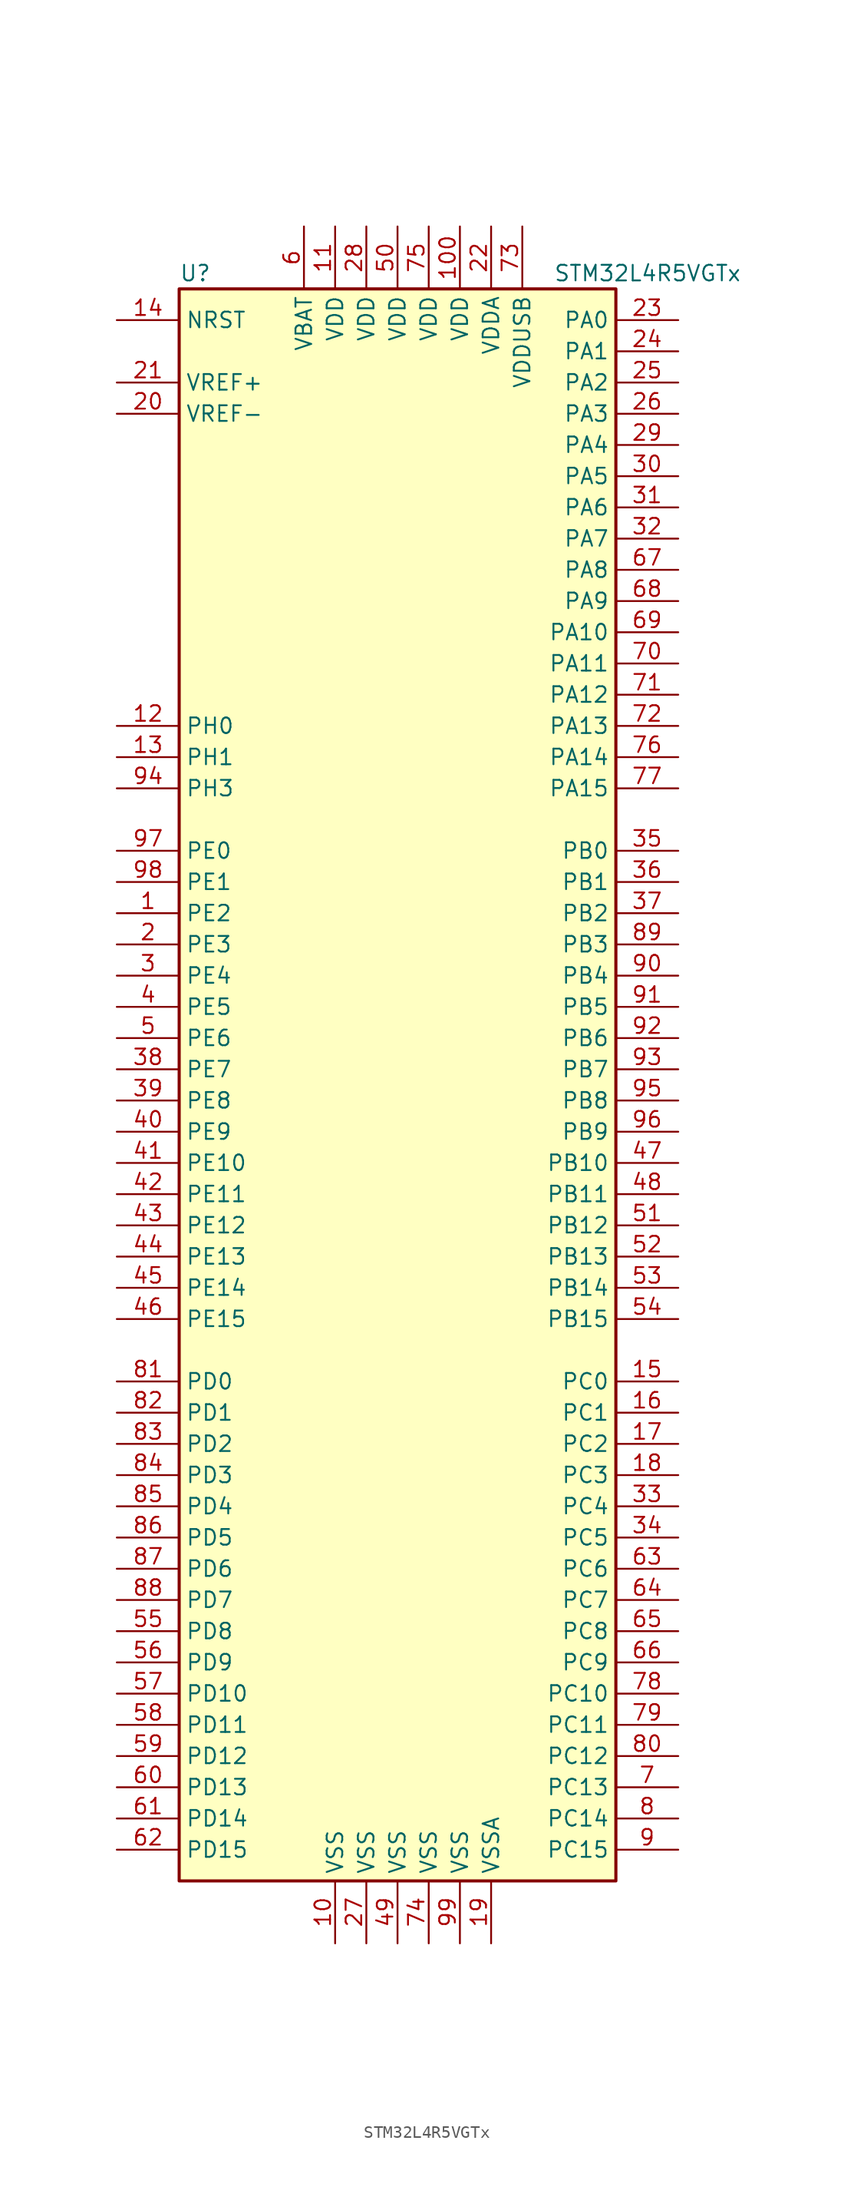
<source format=kicad_sym>
(kicad_symbol_lib
  (version 20201005)
  (generator kicad_symbol_editor)
  (symbol "STM32L4R5VGTx"
    (property "Reference" "U"
      (at -17.78 64.77 0)
      (effects (font (size 1.27 1.27)) (justify left)))
    (property "Value" "STM32L4R5VGTx"
      (at 12.7 64.77 0)
      (effects (font (size 1.27 1.27)) (justify left)))
    (symbol "STM32L4R5VGTx_0_1"
      (rectangle (start -17.78 -66.04) (end 17.78 63.5) (stroke (width 0.254)) (fill (type background))))
    (symbol "STM32L4R5VGTx_1_1"
      (pin input line (at -22.86 60.96 0) (length 5.08) (name "NRST" (effects (font (size 1.27 1.27)))) (number "14" (effects (font (size 1.27 1.27)))))
      (pin bidirectional line (at 22.86 60.96 180) (length 5.08) (name "PA0" (effects (font (size 1.27 1.27)))) (number "23" (effects (font (size 1.27 1.27)))))
      (pin bidirectional line (at 22.86 58.42 180) (length 5.08) (name "PA1" (effects (font (size 1.27 1.27)))) (number "24" (effects (font (size 1.27 1.27)))))
      (pin bidirectional line (at 22.86 35.56 180) (length 5.08) (name "PA10" (effects (font (size 1.27 1.27)))) (number "69" (effects (font (size 1.27 1.27)))))
      (pin bidirectional line (at 22.86 33.02 180) (length 5.08) (name "PA11" (effects (font (size 1.27 1.27)))) (number "70" (effects (font (size 1.27 1.27)))))
      (pin bidirectional line (at 22.86 30.48 180) (length 5.08) (name "PA12" (effects (font (size 1.27 1.27)))) (number "71" (effects (font (size 1.27 1.27)))))
      (pin bidirectional line (at 22.86 27.94 180) (length 5.08) (name "PA13" (effects (font (size 1.27 1.27)))) (number "72" (effects (font (size 1.27 1.27)))))
      (pin bidirectional line (at 22.86 25.4 180) (length 5.08) (name "PA14" (effects (font (size 1.27 1.27)))) (number "76" (effects (font (size 1.27 1.27)))))
      (pin bidirectional line (at 22.86 22.86 180) (length 5.08) (name "PA15" (effects (font (size 1.27 1.27)))) (number "77" (effects (font (size 1.27 1.27)))))
      (pin bidirectional line (at 22.86 55.88 180) (length 5.08) (name "PA2" (effects (font (size 1.27 1.27)))) (number "25" (effects (font (size 1.27 1.27)))))
      (pin bidirectional line (at 22.86 53.34 180) (length 5.08) (name "PA3" (effects (font (size 1.27 1.27)))) (number "26" (effects (font (size 1.27 1.27)))))
      (pin bidirectional line (at 22.86 50.8 180) (length 5.08) (name "PA4" (effects (font (size 1.27 1.27)))) (number "29" (effects (font (size 1.27 1.27)))))
      (pin bidirectional line (at 22.86 48.26 180) (length 5.08) (name "PA5" (effects (font (size 1.27 1.27)))) (number "30" (effects (font (size 1.27 1.27)))))
      (pin bidirectional line (at 22.86 45.72 180) (length 5.08) (name "PA6" (effects (font (size 1.27 1.27)))) (number "31" (effects (font (size 1.27 1.27)))))
      (pin bidirectional line (at 22.86 43.18 180) (length 5.08) (name "PA7" (effects (font (size 1.27 1.27)))) (number "32" (effects (font (size 1.27 1.27)))))
      (pin bidirectional line (at 22.86 40.64 180) (length 5.08) (name "PA8" (effects (font (size 1.27 1.27)))) (number "67" (effects (font (size 1.27 1.27)))))
      (pin bidirectional line (at 22.86 38.1 180) (length 5.08) (name "PA9" (effects (font (size 1.27 1.27)))) (number "68" (effects (font (size 1.27 1.27)))))
      (pin bidirectional line (at 22.86 17.78 180) (length 5.08) (name "PB0" (effects (font (size 1.27 1.27)))) (number "35" (effects (font (size 1.27 1.27)))))
      (pin bidirectional line (at 22.86 15.24 180) (length 5.08) (name "PB1" (effects (font (size 1.27 1.27)))) (number "36" (effects (font (size 1.27 1.27)))))
      (pin bidirectional line (at 22.86 -7.62 180) (length 5.08) (name "PB10" (effects (font (size 1.27 1.27)))) (number "47" (effects (font (size 1.27 1.27)))))
      (pin bidirectional line (at 22.86 -10.16 180) (length 5.08) (name "PB11" (effects (font (size 1.27 1.27)))) (number "48" (effects (font (size 1.27 1.27)))))
      (pin bidirectional line (at 22.86 -12.7 180) (length 5.08) (name "PB12" (effects (font (size 1.27 1.27)))) (number "51" (effects (font (size 1.27 1.27)))))
      (pin bidirectional line (at 22.86 -15.24 180) (length 5.08) (name "PB13" (effects (font (size 1.27 1.27)))) (number "52" (effects (font (size 1.27 1.27)))))
      (pin bidirectional line (at 22.86 -17.78 180) (length 5.08) (name "PB14" (effects (font (size 1.27 1.27)))) (number "53" (effects (font (size 1.27 1.27)))))
      (pin bidirectional line (at 22.86 -20.32 180) (length 5.08) (name "PB15" (effects (font (size 1.27 1.27)))) (number "54" (effects (font (size 1.27 1.27)))))
      (pin bidirectional line (at 22.86 12.7 180) (length 5.08) (name "PB2" (effects (font (size 1.27 1.27)))) (number "37" (effects (font (size 1.27 1.27)))))
      (pin bidirectional line (at 22.86 10.16 180) (length 5.08) (name "PB3" (effects (font (size 1.27 1.27)))) (number "89" (effects (font (size 1.27 1.27)))))
      (pin bidirectional line (at 22.86 7.62 180) (length 5.08) (name "PB4" (effects (font (size 1.27 1.27)))) (number "90" (effects (font (size 1.27 1.27)))))
      (pin bidirectional line (at 22.86 5.08 180) (length 5.08) (name "PB5" (effects (font (size 1.27 1.27)))) (number "91" (effects (font (size 1.27 1.27)))))
      (pin bidirectional line (at 22.86 2.54 180) (length 5.08) (name "PB6" (effects (font (size 1.27 1.27)))) (number "92" (effects (font (size 1.27 1.27)))))
      (pin bidirectional line (at 22.86 0 180) (length 5.08) (name "PB7" (effects (font (size 1.27 1.27)))) (number "93" (effects (font (size 1.27 1.27)))))
      (pin bidirectional line (at 22.86 -2.54 180) (length 5.08) (name "PB8" (effects (font (size 1.27 1.27)))) (number "95" (effects (font (size 1.27 1.27)))))
      (pin bidirectional line (at 22.86 -5.08 180) (length 5.08) (name "PB9" (effects (font (size 1.27 1.27)))) (number "96" (effects (font (size 1.27 1.27)))))
      (pin bidirectional line (at 22.86 -25.4 180) (length 5.08) (name "PC0" (effects (font (size 1.27 1.27)))) (number "15" (effects (font (size 1.27 1.27)))))
      (pin bidirectional line (at 22.86 -27.94 180) (length 5.08) (name "PC1" (effects (font (size 1.27 1.27)))) (number "16" (effects (font (size 1.27 1.27)))))
      (pin bidirectional line (at 22.86 -50.8 180) (length 5.08) (name "PC10" (effects (font (size 1.27 1.27)))) (number "78" (effects (font (size 1.27 1.27)))))
      (pin bidirectional line (at 22.86 -53.34 180) (length 5.08) (name "PC11" (effects (font (size 1.27 1.27)))) (number "79" (effects (font (size 1.27 1.27)))))
      (pin bidirectional line (at 22.86 -55.88 180) (length 5.08) (name "PC12" (effects (font (size 1.27 1.27)))) (number "80" (effects (font (size 1.27 1.27)))))
      (pin bidirectional line (at 22.86 -58.42 180) (length 5.08) (name "PC13" (effects (font (size 1.27 1.27)))) (number "7" (effects (font (size 1.27 1.27)))))
      (pin bidirectional line (at 22.86 -60.96 180) (length 5.08) (name "PC14" (effects (font (size 1.27 1.27)))) (number "8" (effects (font (size 1.27 1.27)))))
      (pin bidirectional line (at 22.86 -63.5 180) (length 5.08) (name "PC15" (effects (font (size 1.27 1.27)))) (number "9" (effects (font (size 1.27 1.27)))))
      (pin bidirectional line (at 22.86 -30.48 180) (length 5.08) (name "PC2" (effects (font (size 1.27 1.27)))) (number "17" (effects (font (size 1.27 1.27)))))
      (pin bidirectional line (at 22.86 -33.02 180) (length 5.08) (name "PC3" (effects (font (size 1.27 1.27)))) (number "18" (effects (font (size 1.27 1.27)))))
      (pin bidirectional line (at 22.86 -35.56 180) (length 5.08) (name "PC4" (effects (font (size 1.27 1.27)))) (number "33" (effects (font (size 1.27 1.27)))))
      (pin bidirectional line (at 22.86 -38.1 180) (length 5.08) (name "PC5" (effects (font (size 1.27 1.27)))) (number "34" (effects (font (size 1.27 1.27)))))
      (pin bidirectional line (at 22.86 -40.64 180) (length 5.08) (name "PC6" (effects (font (size 1.27 1.27)))) (number "63" (effects (font (size 1.27 1.27)))))
      (pin bidirectional line (at 22.86 -43.18 180) (length 5.08) (name "PC7" (effects (font (size 1.27 1.27)))) (number "64" (effects (font (size 1.27 1.27)))))
      (pin bidirectional line (at 22.86 -45.72 180) (length 5.08) (name "PC8" (effects (font (size 1.27 1.27)))) (number "65" (effects (font (size 1.27 1.27)))))
      (pin bidirectional line (at 22.86 -48.26 180) (length 5.08) (name "PC9" (effects (font (size 1.27 1.27)))) (number "66" (effects (font (size 1.27 1.27)))))
      (pin bidirectional line (at -22.86 -25.4 0) (length 5.08) (name "PD0" (effects (font (size 1.27 1.27)))) (number "81" (effects (font (size 1.27 1.27)))))
      (pin bidirectional line (at -22.86 -27.94 0) (length 5.08) (name "PD1" (effects (font (size 1.27 1.27)))) (number "82" (effects (font (size 1.27 1.27)))))
      (pin bidirectional line (at -22.86 -50.8 0) (length 5.08) (name "PD10" (effects (font (size 1.27 1.27)))) (number "57" (effects (font (size 1.27 1.27)))))
      (pin bidirectional line (at -22.86 -53.34 0) (length 5.08) (name "PD11" (effects (font (size 1.27 1.27)))) (number "58" (effects (font (size 1.27 1.27)))))
      (pin bidirectional line (at -22.86 -55.88 0) (length 5.08) (name "PD12" (effects (font (size 1.27 1.27)))) (number "59" (effects (font (size 1.27 1.27)))))
      (pin bidirectional line (at -22.86 -58.42 0) (length 5.08) (name "PD13" (effects (font (size 1.27 1.27)))) (number "60" (effects (font (size 1.27 1.27)))))
      (pin bidirectional line (at -22.86 -60.96 0) (length 5.08) (name "PD14" (effects (font (size 1.27 1.27)))) (number "61" (effects (font (size 1.27 1.27)))))
      (pin bidirectional line (at -22.86 -63.5 0) (length 5.08) (name "PD15" (effects (font (size 1.27 1.27)))) (number "62" (effects (font (size 1.27 1.27)))))
      (pin bidirectional line (at -22.86 -30.48 0) (length 5.08) (name "PD2" (effects (font (size 1.27 1.27)))) (number "83" (effects (font (size 1.27 1.27)))))
      (pin bidirectional line (at -22.86 -33.02 0) (length 5.08) (name "PD3" (effects (font (size 1.27 1.27)))) (number "84" (effects (font (size 1.27 1.27)))))
      (pin bidirectional line (at -22.86 -35.56 0) (length 5.08) (name "PD4" (effects (font (size 1.27 1.27)))) (number "85" (effects (font (size 1.27 1.27)))))
      (pin bidirectional line (at -22.86 -38.1 0) (length 5.08) (name "PD5" (effects (font (size 1.27 1.27)))) (number "86" (effects (font (size 1.27 1.27)))))
      (pin bidirectional line (at -22.86 -40.64 0) (length 5.08) (name "PD6" (effects (font (size 1.27 1.27)))) (number "87" (effects (font (size 1.27 1.27)))))
      (pin bidirectional line (at -22.86 -43.18 0) (length 5.08) (name "PD7" (effects (font (size 1.27 1.27)))) (number "88" (effects (font (size 1.27 1.27)))))
      (pin bidirectional line (at -22.86 -45.72 0) (length 5.08) (name "PD8" (effects (font (size 1.27 1.27)))) (number "55" (effects (font (size 1.27 1.27)))))
      (pin bidirectional line (at -22.86 -48.26 0) (length 5.08) (name "PD9" (effects (font (size 1.27 1.27)))) (number "56" (effects (font (size 1.27 1.27)))))
      (pin bidirectional line (at -22.86 17.78 0) (length 5.08) (name "PE0" (effects (font (size 1.27 1.27)))) (number "97" (effects (font (size 1.27 1.27)))))
      (pin bidirectional line (at -22.86 15.24 0) (length 5.08) (name "PE1" (effects (font (size 1.27 1.27)))) (number "98" (effects (font (size 1.27 1.27)))))
      (pin bidirectional line (at -22.86 -7.62 0) (length 5.08) (name "PE10" (effects (font (size 1.27 1.27)))) (number "41" (effects (font (size 1.27 1.27)))))
      (pin bidirectional line (at -22.86 -10.16 0) (length 5.08) (name "PE11" (effects (font (size 1.27 1.27)))) (number "42" (effects (font (size 1.27 1.27)))))
      (pin bidirectional line (at -22.86 -12.7 0) (length 5.08) (name "PE12" (effects (font (size 1.27 1.27)))) (number "43" (effects (font (size 1.27 1.27)))))
      (pin bidirectional line (at -22.86 -15.24 0) (length 5.08) (name "PE13" (effects (font (size 1.27 1.27)))) (number "44" (effects (font (size 1.27 1.27)))))
      (pin bidirectional line (at -22.86 -17.78 0) (length 5.08) (name "PE14" (effects (font (size 1.27 1.27)))) (number "45" (effects (font (size 1.27 1.27)))))
      (pin bidirectional line (at -22.86 -20.32 0) (length 5.08) (name "PE15" (effects (font (size 1.27 1.27)))) (number "46" (effects (font (size 1.27 1.27)))))
      (pin bidirectional line (at -22.86 12.7 0) (length 5.08) (name "PE2" (effects (font (size 1.27 1.27)))) (number "1" (effects (font (size 1.27 1.27)))))
      (pin bidirectional line (at -22.86 10.16 0) (length 5.08) (name "PE3" (effects (font (size 1.27 1.27)))) (number "2" (effects (font (size 1.27 1.27)))))
      (pin bidirectional line (at -22.86 7.62 0) (length 5.08) (name "PE4" (effects (font (size 1.27 1.27)))) (number "3" (effects (font (size 1.27 1.27)))))
      (pin bidirectional line (at -22.86 5.08 0) (length 5.08) (name "PE5" (effects (font (size 1.27 1.27)))) (number "4" (effects (font (size 1.27 1.27)))))
      (pin bidirectional line (at -22.86 2.54 0) (length 5.08) (name "PE6" (effects (font (size 1.27 1.27)))) (number "5" (effects (font (size 1.27 1.27)))))
      (pin bidirectional line (at -22.86 0 0) (length 5.08) (name "PE7" (effects (font (size 1.27 1.27)))) (number "38" (effects (font (size 1.27 1.27)))))
      (pin bidirectional line (at -22.86 -2.54 0) (length 5.08) (name "PE8" (effects (font (size 1.27 1.27)))) (number "39" (effects (font (size 1.27 1.27)))))
      (pin bidirectional line (at -22.86 -5.08 0) (length 5.08) (name "PE9" (effects (font (size 1.27 1.27)))) (number "40" (effects (font (size 1.27 1.27)))))
      (pin input line (at -22.86 27.94 0) (length 5.08) (name "PH0" (effects (font (size 1.27 1.27)))) (number "12" (effects (font (size 1.27 1.27)))))
      (pin input line (at -22.86 25.4 0) (length 5.08) (name "PH1" (effects (font (size 1.27 1.27)))) (number "13" (effects (font (size 1.27 1.27)))))
      (pin bidirectional line (at -22.86 22.86 0) (length 5.08) (name "PH3" (effects (font (size 1.27 1.27)))) (number "94" (effects (font (size 1.27 1.27)))))
      (pin power_in line (at -7.62 68.58 270) (length 5.08) (name "VBAT" (effects (font (size 1.27 1.27)))) (number "6" (effects (font (size 1.27 1.27)))))
      (pin power_in line (at 5.08 68.58 270) (length 5.08) (name "VDD" (effects (font (size 1.27 1.27)))) (number "100" (effects (font (size 1.27 1.27)))))
      (pin power_in line (at -5.08 68.58 270) (length 5.08) (name "VDD" (effects (font (size 1.27 1.27)))) (number "11" (effects (font (size 1.27 1.27)))))
      (pin power_in line (at -2.54 68.58 270) (length 5.08) (name "VDD" (effects (font (size 1.27 1.27)))) (number "28" (effects (font (size 1.27 1.27)))))
      (pin power_in line (at 0 68.58 270) (length 5.08) (name "VDD" (effects (font (size 1.27 1.27)))) (number "50" (effects (font (size 1.27 1.27)))))
      (pin power_in line (at 2.54 68.58 270) (length 5.08) (name "VDD" (effects (font (size 1.27 1.27)))) (number "75" (effects (font (size 1.27 1.27)))))
      (pin power_in line (at 7.62 68.58 270) (length 5.08) (name "VDDA" (effects (font (size 1.27 1.27)))) (number "22" (effects (font (size 1.27 1.27)))))
      (pin power_in line (at 10.16 68.58 270) (length 5.08) (name "VDDUSB" (effects (font (size 1.27 1.27)))) (number "73" (effects (font (size 1.27 1.27)))))
      (pin bidirectional line (at -22.86 55.88 0) (length 5.08) (name "VREF+" (effects (font (size 1.27 1.27)))) (number "21" (effects (font (size 1.27 1.27)))))
      (pin power_in line (at -22.86 53.34 0) (length 5.08) (name "VREF-" (effects (font (size 1.27 1.27)))) (number "20" (effects (font (size 1.27 1.27)))))
      (pin power_in line (at -5.08 -71.12 90) (length 5.08) (name "VSS" (effects (font (size 1.27 1.27)))) (number "10" (effects (font (size 1.27 1.27)))))
      (pin power_in line (at -2.54 -71.12 90) (length 5.08) (name "VSS" (effects (font (size 1.27 1.27)))) (number "27" (effects (font (size 1.27 1.27)))))
      (pin power_in line (at 0 -71.12 90) (length 5.08) (name "VSS" (effects (font (size 1.27 1.27)))) (number "49" (effects (font (size 1.27 1.27)))))
      (pin power_in line (at 2.54 -71.12 90) (length 5.08) (name "VSS" (effects (font (size 1.27 1.27)))) (number "74" (effects (font (size 1.27 1.27)))))
      (pin power_in line (at 5.08 -71.12 90) (length 5.08) (name "VSS" (effects (font (size 1.27 1.27)))) (number "99" (effects (font (size 1.27 1.27)))))
      (pin power_in line (at 7.62 -71.12 90) (length 5.08) (name "VSSA" (effects (font (size 1.27 1.27)))) (number "19" (effects (font (size 1.27 1.27))))))))
</source>
